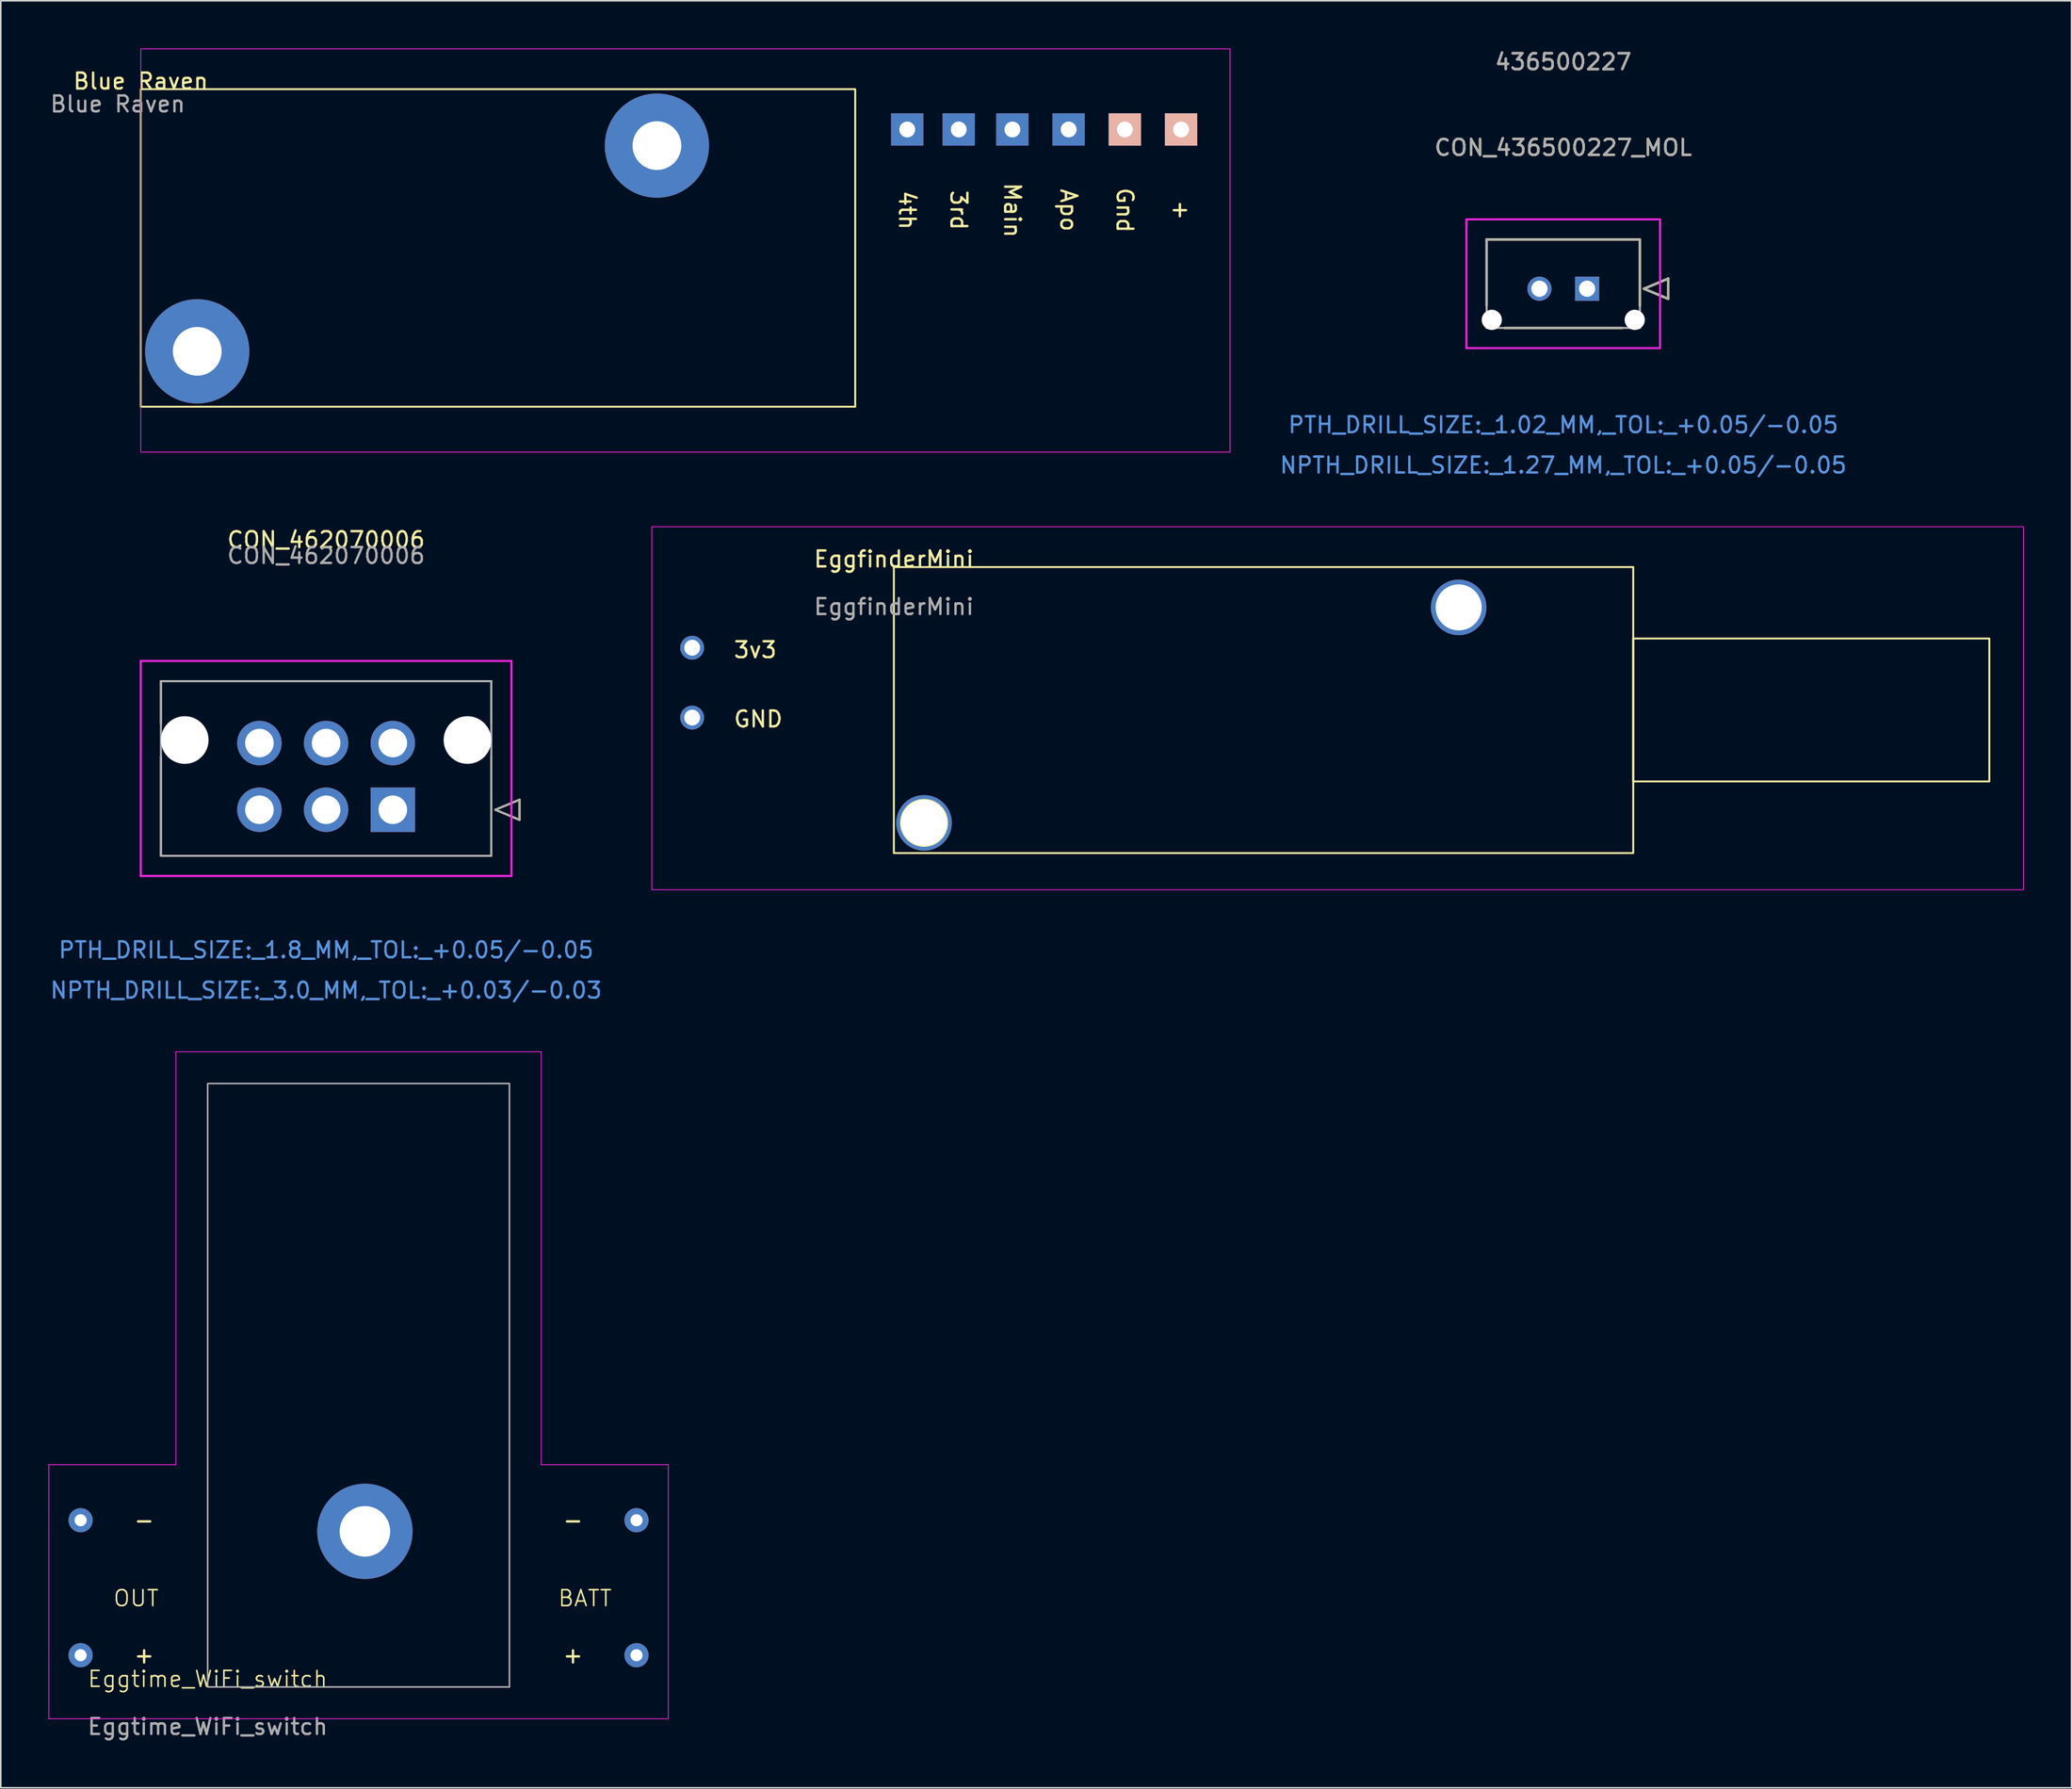
<source format=kicad_pcb>
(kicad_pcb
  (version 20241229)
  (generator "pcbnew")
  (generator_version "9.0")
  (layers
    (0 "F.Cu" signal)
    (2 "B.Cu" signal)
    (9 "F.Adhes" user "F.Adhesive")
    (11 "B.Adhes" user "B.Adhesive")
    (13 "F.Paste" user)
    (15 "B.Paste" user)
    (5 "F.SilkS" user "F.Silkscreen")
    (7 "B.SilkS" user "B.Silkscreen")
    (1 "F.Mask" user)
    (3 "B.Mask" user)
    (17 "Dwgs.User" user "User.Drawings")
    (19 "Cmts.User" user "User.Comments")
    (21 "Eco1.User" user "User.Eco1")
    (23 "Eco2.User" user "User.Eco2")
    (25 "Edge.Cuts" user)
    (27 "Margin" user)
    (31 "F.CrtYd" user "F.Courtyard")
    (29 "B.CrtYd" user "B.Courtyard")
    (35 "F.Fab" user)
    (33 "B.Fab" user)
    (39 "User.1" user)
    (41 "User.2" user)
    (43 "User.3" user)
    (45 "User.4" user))
  (footprint "Eggtime_WiFi_switch"
    (layer "F.Cu")
    (at 10.025 103.188)
    (property "Reference" "Eggtime_WiFi_switch" (at 0 -0.5 0) (unlocked yes) (layer "F.SilkS") (effects (font (size 1 1) (thickness 0.1))))
    (attr through_hole)
    (fp_line (start -10 -14) (end -10 2) (stroke (width 0.05) (type default)) (layer "F.CrtYd"))
    (fp_line (start -10 2) (end 29 2) (stroke (width 0.05) (type default)) (layer "F.CrtYd"))
    (fp_line (start -2 -40) (end -2 -14) (stroke (width 0.05) (type default)) (layer "F.CrtYd"))
    (fp_line (start -2 -14) (end -10 -14) (stroke (width 0.05) (type default)) (layer "F.CrtYd"))
    (fp_line (start 21 -40) (end -2 -40) (stroke (width 0.05) (type default)) (layer "F.CrtYd"))
    (fp_line (start 21 -14) (end 21 -40) (stroke (width 0.05) (type default)) (layer "F.CrtYd"))
    (fp_line (start 29 -14) (end 21 -14) (stroke (width 0.05) (type default)) (layer "F.CrtYd"))
    (fp_line (start 29 2) (end 29 -14) (stroke (width 0.05) (type default)) (layer "F.CrtYd"))
    (fp_rect (start 0 -38) (end 19 0) (stroke (width 0.1) (type default)) (fill no) (layer "F.Fab"))
    (fp_text user "BATT" (at 22 -5 0) (unlocked yes) (layer "F.SilkS") (effects (font (size 1 1) (thickness 0.1)) (justify left bottom)))
    (fp_text user "+" (at -4 -2 0) (unlocked yes) (layer "F.SilkS") (effects (font (size 1 1) (thickness 0.15))))
    (fp_text user "-" (at 23 -10.5 0) (unlocked yes) (layer "F.SilkS") (effects (font (size 1 1) (thickness 0.15))))
    (fp_text user "-" (at -4 -10.5 0) (unlocked yes) (layer "F.SilkS") (effects (font (size 1 1) (thickness 0.15))))
    (fp_text user "+" (at 23 -2 0) (unlocked yes) (layer "F.SilkS") (effects (font (size 1 1) (thickness 0.15))))
    (fp_text user "OUT" (at -6 -5 0) (unlocked yes) (layer "F.SilkS") (effects (font (size 1 1) (thickness 0.1)) (justify left bottom)))
    (fp_text user "${REFERENCE}" (at 0 2.5 0) (unlocked yes) (layer "F.Fab") (effects (font (size 1 1) (thickness 0.15))))
    (pad "" np_thru_hole circle (at 9.9 -9.8) (size 6 6) (drill 3.18) (layers "*.Cu" "*.Mask"))
    (pad "1" thru_hole circle (at 27 -2) (size 1.524 1.524) (drill 0.762) (layers "*.Cu" "*.Mask"))
    (pad "2" thru_hole circle (at 27 -10.5) (size 1.524 1.524) (drill 0.762) (layers "*.Cu" "*.Mask"))
    (pad "3" thru_hole circle (at -8 -2) (size 1.524 1.524) (drill 0.762) (layers "*.Cu" "*.Mask"))
    (pad "4" thru_hole circle (at -8 -10.5) (size 1.524 1.524) (drill 0.762) (layers "*.Cu" "*.Mask")))
  (footprint "CON_462070006"
    (layer "F.Cu")
    (at 21.682 47.945)
    (property "Reference" "CON_462070006" (at -4.2 -17 0) (unlocked yes) (layer "F.SilkS") (effects (font (size 1 1) (thickness 0.15))))
    (attr through_hole)
    (fp_line (start -14.6 -8.1) (end -14.6 -5.417) (stroke (width 0.127) (type solid)) (layer "F.SilkS"))
    (fp_line (start -14.6 -3.365) (end -14.6 2.9) (stroke (width 0.127) (type solid)) (layer "F.SilkS"))
    (fp_line (start -14.6 2.9) (end 6.2 2.9) (stroke (width 0.127) (type solid)) (layer "F.SilkS"))
    (fp_line (start 6.2 -8.1) (end -14.6 -8.1) (stroke (width 0.127) (type solid)) (layer "F.SilkS"))
    (fp_line (start 6.2 -5.417) (end 6.2 -8.1) (stroke (width 0.127) (type solid)) (layer "F.SilkS"))
    (fp_line (start 6.2 2.9) (end 6.2 -3.365) (stroke (width 0.127) (type solid)) (layer "F.SilkS"))
    (fp_line (start 6.454 0) (end 7.978 -0.635) (stroke (width 0.127) (type solid)) (layer "F.SilkS"))
    (fp_line (start 7.978 -0.635) (end 7.978 0.635) (stroke (width 0.127) (type solid)) (layer "F.SilkS"))
    (fp_line (start 7.978 0.635) (end 6.454 0) (stroke (width 0.127) (type solid)) (layer "F.SilkS"))
    (fp_line (start -15.87 -9.37) (end -15.87 4.17) (stroke (width 0.127) (type solid)) (layer "F.CrtYd"))
    (fp_line (start -15.87 4.17) (end 7.47 4.17) (stroke (width 0.127) (type solid)) (layer "F.CrtYd"))
    (fp_line (start 7.47 -9.37) (end -15.87 -9.37) (stroke (width 0.127) (type solid)) (layer "F.CrtYd"))
    (fp_line (start 7.47 4.17) (end 7.47 -9.37) (stroke (width 0.127) (type solid)) (layer "F.CrtYd"))
    (fp_line (start -14.6 -8.1) (end -14.6 2.9) (stroke (width 0.127) (type solid)) (layer "F.Fab"))
    (fp_line (start -14.6 2.9) (end 6.2 2.9) (stroke (width 0.127) (type solid)) (layer "F.Fab"))
    (fp_line (start 6.2 -8.1) (end -14.6 -8.1) (stroke (width 0.127) (type solid)) (layer "F.Fab"))
    (fp_line (start 6.2 2.9) (end 6.2 -8.1) (stroke (width 0.127) (type solid)) (layer "F.Fab"))
    (fp_line (start 6.454 0) (end 7.978 -0.635) (stroke (width 0.127) (type solid)) (layer "F.Fab"))
    (fp_line (start 7.978 -0.635) (end 7.978 0.635) (stroke (width 0.127) (type solid)) (layer "F.Fab"))
    (fp_line (start 7.978 0.635) (end 6.454 0) (stroke (width 0.127) (type solid)) (layer "F.Fab"))
    (fp_text user "NPTH_DRILL_SIZE:_3.0_MM,_TOL:_+0.03/-0.03" (at -4.2 11.37 0) (unlocked yes) (layer "Cmts.User") (effects (font (size 1 1) (thickness 0.15))))
    (fp_text user "PTH_DRILL_SIZE:_1.8_MM,_TOL:_+0.05/-0.05" (at -4.2 8.83 0) (unlocked yes) (layer "Cmts.User") (effects (font (size 1 1) (thickness 0.15))))
    (fp_text user "${REFERENCE}" (at -4.2 -16 0) (unlocked yes) (layer "F.Fab") (effects (font (size 1 1) (thickness 0.15))))
    (pad "" np_thru_hole circle (at -13.1 -4.391) (size 3 3) (drill 3) (layers "*.Cu" "*.Mask"))
    (pad "" np_thru_hole circle (at 4.7 -4.391) (size 3 3) (drill 3) (layers "*.Cu" "*.Mask"))
    (pad "1" thru_hole rect (at 0 0) (size 2.8 2.8) (drill 1.8) (layers "*.Cu" "*.Mask"))
    (pad "2" thru_hole circle (at -4.2 0) (size 2.8 2.8) (drill 1.8) (layers "*.Cu" "*.Mask"))
    (pad "3" thru_hole circle (at -8.4 0) (size 2.8 2.8) (drill 1.8) (layers "*.Cu" "*.Mask"))
    (pad "4" thru_hole circle (at 0 -4.2) (size 2.8 2.8) (drill 1.8) (layers "*.Cu" "*.Mask"))
    (pad "5" thru_hole circle (at -4.2 -4.2) (size 2.8 2.8) (drill 1.8) (layers "*.Cu" "*.Mask"))
    (pad "6" thru_hole circle (at -8.4 -4.2) (size 2.8 2.8) (drill 1.8) (layers "*.Cu" "*.Mask")))
  (footprint "CON_436500227_MOL"
    (layer "F.Cu")
    (at 96.874 15.133)
    (property "Reference" "CON_436500227_MOL" (at -1.5 -8.89 0) (unlocked yes) (layer "F.SilkS") (effects (font (size 1 1) (thickness 0.15))))
    (attr through_hole)
    (fp_line (start -6.325 -3.1) (end -6.325 1.065) (stroke (width 0.152) (type solid)) (layer "F.SilkS"))
    (fp_line (start -5.196 2.47) (end 2.196 2.47) (stroke (width 0.152) (type solid)) (layer "F.SilkS"))
    (fp_line (start 3.325 -3.1) (end -6.325 -3.1) (stroke (width 0.152) (type solid)) (layer "F.SilkS"))
    (fp_line (start 3.325 1.065) (end 3.325 -3.1) (stroke (width 0.152) (type solid)) (layer "F.SilkS"))
    (fp_line (start 3.579 0) (end 5.103 -0.635) (stroke (width 0.152) (type solid)) (layer "F.SilkS"))
    (fp_line (start 5.103 -0.635) (end 5.103 0.635) (stroke (width 0.152) (type solid)) (layer "F.SilkS"))
    (fp_line (start 5.103 0.635) (end 3.579 0) (stroke (width 0.152) (type solid)) (layer "F.SilkS"))
    (fp_line (start -7.595 -4.37) (end -7.595 3.74) (stroke (width 0.127) (type solid)) (layer "F.CrtYd"))
    (fp_line (start -7.595 3.74) (end 4.595 3.74) (stroke (width 0.127) (type solid)) (layer "F.CrtYd"))
    (fp_line (start 4.595 -4.37) (end -7.595 -4.37) (stroke (width 0.127) (type solid)) (layer "F.CrtYd"))
    (fp_line (start 4.595 3.74) (end 4.595 -4.37) (stroke (width 0.127) (type solid)) (layer "F.CrtYd"))
    (fp_line (start -6.325 -3.1) (end -6.325 2.47) (stroke (width 0.127) (type solid)) (layer "F.Fab"))
    (fp_line (start -6.325 2.47) (end 3.325 2.47) (stroke (width 0.127) (type solid)) (layer "F.Fab"))
    (fp_line (start 3.325 -3.1) (end -6.325 -3.1) (stroke (width 0.127) (type solid)) (layer "F.Fab"))
    (fp_line (start 3.325 2.47) (end 3.325 -3.1) (stroke (width 0.127) (type solid)) (layer "F.Fab"))
    (fp_line (start 3.579 0) (end 5.103 -0.635) (stroke (width 0.127) (type solid)) (layer "F.Fab"))
    (fp_line (start 5.103 -0.635) (end 5.103 0.635) (stroke (width 0.127) (type solid)) (layer "F.Fab"))
    (fp_line (start 5.103 0.635) (end 3.579 0) (stroke (width 0.127) (type solid)) (layer "F.Fab"))
    (fp_text user "436500227" (at -1.5 -14.285 0) (unlocked yes) (layer "F.SilkS") (effects (font (size 1 1) (thickness 0.15))))
    (fp_text user "NPTH_DRILL_SIZE:_1.27_MM,_TOL:_+0.05/-0.05" (at -1.5 11.115 0) (unlocked yes) (layer "Cmts.User") (effects (font (size 1 1) (thickness 0.15))))
    (fp_text user "PTH_DRILL_SIZE:_1.02_MM,_TOL:_+0.05/-0.05" (at -1.5 8.575 0) (unlocked yes) (layer "Cmts.User") (effects (font (size 1 1) (thickness 0.15))))
    (fp_text user "436500227" (at -1.5 -14.285 0) (unlocked yes) (layer "F.Fab") (effects (font (size 1 1) (thickness 0.15))))
    (fp_text user "${REFERENCE}" (at -1.5 -8.89 0) (unlocked yes) (layer "F.Fab") (effects (font (size 1 1) (thickness 0.15))))
    (pad "" np_thru_hole circle (at -6 1.96) (size 1.27 1.27) (drill 1.27) (layers "*.Cu" "*.Mask"))
    (pad "" np_thru_hole circle (at 3 1.96) (size 1.27 1.27) (drill 1.27) (layers "*.Cu" "*.Mask"))
    (pad "1" thru_hole rect (at 0 0) (size 1.52 1.52) (drill 1.02) (layers "*.Cu" "*.Mask"))
    (pad "2" thru_hole circle (at -3 0) (size 1.52 1.52) (drill 1.02) (layers "*.Cu" "*.Mask")))
  (footprint "Blue Raven"
    (layer "F.Cu")
    (at 5.811 2.565)
    (property "Reference" "Blue Raven" (at 0 -0.5 0) (unlocked yes) (layer "F.SilkS") (effects (font (size 1 1) (thickness 0.15))))
    (attr through_hole)
    (fp_rect (start 0 0) (end 44.983 20) (stroke (width 0.12) (type solid)) (fill no) (layer "F.SilkS"))
    (fp_rect (start 0 -2.54) (end 68.58 22.86) (stroke (width 0.05) (type default)) (fill no) (layer "F.CrtYd"))
    (fp_text user "3rd" (at 51.5 7.62 270) (unlocked yes) (layer "F.SilkS") (effects (font (size 1 1) (thickness 0.15))))
    (fp_text user "Gnd" (at 61.96 7.62 270) (unlocked yes) (layer "F.SilkS") (effects (font (size 1 1) (thickness 0.15))))
    (fp_text user "Main" (at 54.88 7.62 270) (unlocked yes) (layer "F.SilkS") (effects (font (size 1 1) (thickness 0.15))))
    (fp_text user "4th" (at 48.26 7.62 270) (unlocked yes) (layer "F.SilkS") (effects (font (size 1 1) (thickness 0.15))))
    (fp_text user "+" (at 65.5 7.62 270) (unlocked yes) (layer "F.SilkS") (effects (font (size 1 1) (thickness 0.15))))
    (fp_text user "Apo" (at 58.42 7.62 270) (unlocked yes) (layer "F.SilkS") (effects (font (size 1 1) (thickness 0.15))))
    (fp_text user "${REFERENCE}" (at -1.448 0.94 0) (unlocked yes) (layer "F.Fab") (effects (font (size 1 1) (thickness 0.15))))
    (pad "" np_thru_hole circle (at 3.556 16.51) (size 6.561 6.561) (drill 3.068) (layers "*.Cu" "*.Mask"))
    (pad "" np_thru_hole circle (at 32.499 3.556) (size 6.561 6.561) (drill 3.068) (layers "*.Cu" "*.Mask"))
    (pad "1" thru_hole rect (at 65.5 2.54 270) (size 2.032 2.032) (drill 1) (layers "*.Cu" "*.Mask" "B.SilkS"))
    (pad "2" thru_hole rect (at 61.96 2.54) (size 2.032 2.032) (drill 1) (layers "*.Cu" "*.Mask" "B.SilkS"))
    (pad "3" thru_hole rect (at 58.42 2.54 270) (size 2.032 2.032) (drill 1) (layers "*.Cu" "*.Mask"))
    (pad "4" thru_hole rect (at 54.88 2.54 270) (size 2.032 2.032) (drill 1) (layers "*.Cu" "*.Mask"))
    (pad "5" thru_hole rect (at 51.5 2.54) (size 2.032 2.032) (drill 1) (layers "*.Cu" "*.Mask"))
    (pad "6" thru_hole rect (at 48.26 2.54 270) (size 2.032 2.032) (drill 1) (layers "*.Cu" "*.Mask")))
  (footprint "EggfinderMini"
    (layer "F.Cu")
    (at 53.229 32.661)
    (property "Reference" "EggfinderMini" (at 0 -0.5 0) (unlocked yes) (layer "F.SilkS") (effects (font (size 1 1) (thickness 0.15))))
    (attr through_hole)
    (fp_rect (start 0 0) (end 46.55 18.01) (stroke (width 0.12) (type solid)) (fill no) (layer "F.SilkS"))
    (fp_rect (start 46.55 4.5) (end 68.97 13.5) (stroke (width 0.12) (type solid)) (fill no) (layer "F.SilkS"))
    (fp_circle (center 1.9 16.11) (end 3.35 16.11) (stroke (width 0.12) (type solid)) (fill no) (layer "F.SilkS"))
    (fp_rect (start -15.24 -2.54) (end 71.12 20.32) (stroke (width 0.05) (type default)) (fill no) (layer "F.CrtYd"))
    (fp_text user "3v3" (at -10.16 5.8 0) (unlocked yes) (layer "F.SilkS") (effects (font (size 1 1) (thickness 0.15)) (justify left bottom)))
    (fp_text user "GND" (at -10.16 10.16 0) (unlocked yes) (layer "F.SilkS") (effects (font (size 1 1) (thickness 0.15)) (justify left bottom)))
    (fp_text user "${REFERENCE}" (at 0 2.5 0) (unlocked yes) (layer "F.Fab") (effects (font (size 1 1) (thickness 0.15))))
    (pad "" np_thru_hole circle (at 1.9 16.11) (size 3.5 3.5) (drill 2.9) (layers "*.Cu" "*.Mask"))
    (pad "" np_thru_hole circle (at 35.56 2.54) (size 3.5 3.5) (drill 2.9) (layers "*.Cu" "*.Mask"))
    (pad "1" thru_hole circle (at -12.7 5.08) (size 1.5 1.5) (drill 1) (layers "*.Cu" "*.Mask"))
    (pad "2" thru_hole circle (at -12.7 9.48) (size 1.5 1.5) (drill 1) (layers "*.Cu" "*.Mask")))
  (gr_rect
    (start -3 -3)
    (end 127.374 109.536)
    (stroke (width 0.1) (type default))
    (fill no)
    (layer "Edge.Cuts")))
</source>
